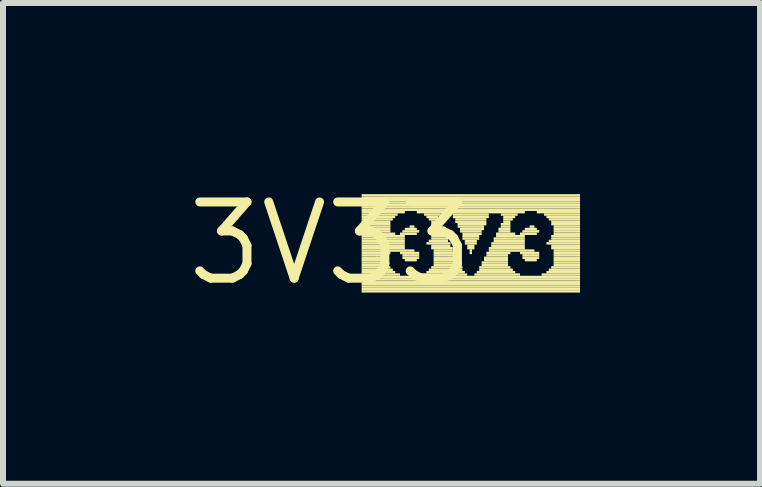
<source format=kicad_pcb>
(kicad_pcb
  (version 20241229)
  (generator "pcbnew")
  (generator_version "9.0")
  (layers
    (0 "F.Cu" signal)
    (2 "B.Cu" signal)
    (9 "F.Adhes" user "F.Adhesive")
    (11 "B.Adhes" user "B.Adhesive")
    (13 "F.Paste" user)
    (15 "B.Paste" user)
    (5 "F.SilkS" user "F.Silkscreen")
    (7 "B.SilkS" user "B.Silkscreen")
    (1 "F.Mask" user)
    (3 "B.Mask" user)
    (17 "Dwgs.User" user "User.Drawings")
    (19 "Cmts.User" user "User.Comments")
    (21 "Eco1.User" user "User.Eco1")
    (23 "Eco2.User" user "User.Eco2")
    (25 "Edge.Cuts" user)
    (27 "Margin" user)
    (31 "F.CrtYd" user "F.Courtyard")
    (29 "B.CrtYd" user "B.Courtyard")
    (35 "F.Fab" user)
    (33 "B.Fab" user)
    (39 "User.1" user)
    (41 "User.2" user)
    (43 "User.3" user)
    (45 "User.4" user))
  (footprint "3V33"
    (layer "F.Cu")
    (at 2.457 1.006)
    (property "Reference" "3V33" (at 0 0 0) (layer "F.SilkS") (effects (font (size 1.27 1.27) (thickness 0.15))))
    (fp_poly (pts (xy 0.52 -0.78) (xy 4.16 -0.78) (xy 4.16 -0.82) (xy 0.52 -0.82)) (stroke (width 0) (type default)) (fill yes) (layer "F.SilkS"))
    (fp_poly (pts (xy 0.52 -0.74) (xy 4.16 -0.74) (xy 4.16 -0.78) (xy 0.52 -0.78)) (stroke (width 0) (type default)) (fill yes) (layer "F.SilkS"))
    (fp_poly (pts (xy 0.52 -0.7) (xy 4.16 -0.7) (xy 4.16 -0.74) (xy 0.52 -0.74)) (stroke (width 0) (type default)) (fill yes) (layer "F.SilkS"))
    (fp_poly (pts (xy 0.52 -0.66) (xy 4.16 -0.66) (xy 4.16 -0.7) (xy 0.52 -0.7)) (stroke (width 0) (type default)) (fill yes) (layer "F.SilkS"))
    (fp_poly (pts (xy 0.52 -0.62) (xy 4.16 -0.62) (xy 4.16 -0.66) (xy 0.52 -0.66)) (stroke (width 0) (type default)) (fill yes) (layer "F.SilkS"))
    (fp_poly (pts (xy 0.52 -0.58) (xy 4.16 -0.58) (xy 4.16 -0.62) (xy 0.52 -0.62)) (stroke (width 0) (type default)) (fill yes) (layer "F.SilkS"))
    (fp_poly (pts (xy 0.52 -0.54) (xy 4.16 -0.54) (xy 4.16 -0.58) (xy 0.52 -0.58)) (stroke (width 0) (type default)) (fill yes) (layer "F.SilkS"))
    (fp_poly (pts (xy 0.52 -0.5) (xy 1.24 -0.5) (xy 1.24 -0.54) (xy 0.52 -0.54)) (stroke (width 0) (type default)) (fill yes) (layer "F.SilkS"))
    (fp_poly (pts (xy 0.52 -0.46) (xy 1.12 -0.46) (xy 1.12 -0.5) (xy 0.52 -0.5)) (stroke (width 0) (type default)) (fill yes) (layer "F.SilkS"))
    (fp_poly (pts (xy 0.52 -0.42) (xy 1.08 -0.42) (xy 1.08 -0.46) (xy 0.52 -0.46)) (stroke (width 0) (type default)) (fill yes) (layer "F.SilkS"))
    (fp_poly (pts (xy 0.52 -0.38) (xy 1.04 -0.38) (xy 1.04 -0.42) (xy 0.52 -0.42)) (stroke (width 0) (type default)) (fill yes) (layer "F.SilkS"))
    (fp_poly (pts (xy 0.52 -0.34) (xy 1 -0.34) (xy 1 -0.38) (xy 0.52 -0.38)) (stroke (width 0) (type default)) (fill yes) (layer "F.SilkS"))
    (fp_poly (pts (xy 0.52 -0.3) (xy 1 -0.3) (xy 1 -0.34) (xy 0.52 -0.34)) (stroke (width 0) (type default)) (fill yes) (layer "F.SilkS"))
    (fp_poly (pts (xy 0.52 -0.26) (xy 1 -0.26) (xy 1 -0.3) (xy 0.52 -0.3)) (stroke (width 0) (type default)) (fill yes) (layer "F.SilkS"))
    (fp_poly (pts (xy 0.52 -0.22) (xy 1 -0.22) (xy 1 -0.26) (xy 0.52 -0.26)) (stroke (width 0) (type default)) (fill yes) (layer "F.SilkS"))
    (fp_poly (pts (xy 0.52 -0.18) (xy 1 -0.18) (xy 1 -0.22) (xy 0.52 -0.22)) (stroke (width 0) (type default)) (fill yes) (layer "F.SilkS"))
    (fp_poly (pts (xy 0.52 -0.14) (xy 1.08 -0.14) (xy 1.08 -0.18) (xy 0.52 -0.18)) (stroke (width 0) (type default)) (fill yes) (layer "F.SilkS"))
    (fp_poly (pts (xy 0.52 -0.1) (xy 1.24 -0.1) (xy 1.24 -0.14) (xy 0.52 -0.14)) (stroke (width 0) (type default)) (fill yes) (layer "F.SilkS"))
    (fp_poly (pts (xy 0.52 -0.06) (xy 1.24 -0.06) (xy 1.24 -0.1) (xy 0.52 -0.1)) (stroke (width 0) (type default)) (fill yes) (layer "F.SilkS"))
    (fp_poly (pts (xy 0.52 -0.02) (xy 1.24 -0.02) (xy 1.24 -0.06) (xy 0.52 -0.06)) (stroke (width 0) (type default)) (fill yes) (layer "F.SilkS"))
    (fp_poly (pts (xy 0.52 0.02) (xy 1.24 0.02) (xy 1.24 -0.02) (xy 0.52 -0.02)) (stroke (width 0) (type default)) (fill yes) (layer "F.SilkS"))
    (fp_poly (pts (xy 0.52 0.06) (xy 1.24 0.06) (xy 1.24 0.02) (xy 0.52 0.02)) (stroke (width 0) (type default)) (fill yes) (layer "F.SilkS"))
    (fp_poly (pts (xy 0.52 0.1) (xy 1.24 0.1) (xy 1.24 0.06) (xy 0.52 0.06)) (stroke (width 0) (type default)) (fill yes) (layer "F.SilkS"))
    (fp_poly (pts (xy 0.52 0.14) (xy 1.4 0.14) (xy 1.4 0.1) (xy 0.52 0.1)) (stroke (width 0) (type default)) (fill yes) (layer "F.SilkS"))
    (fp_poly (pts (xy 0.52 0.18) (xy 1 0.18) (xy 1 0.14) (xy 0.52 0.14)) (stroke (width 0) (type default)) (fill yes) (layer "F.SilkS"))
    (fp_poly (pts (xy 0.52 0.22) (xy 0.96 0.22) (xy 0.96 0.18) (xy 0.52 0.18)) (stroke (width 0) (type default)) (fill yes) (layer "F.SilkS"))
    (fp_poly (pts (xy 0.52 0.26) (xy 0.96 0.26) (xy 0.96 0.22) (xy 0.52 0.22)) (stroke (width 0) (type default)) (fill yes) (layer "F.SilkS"))
    (fp_poly (pts (xy 0.52 0.3) (xy 0.96 0.3) (xy 0.96 0.26) (xy 0.52 0.26)) (stroke (width 0) (type default)) (fill yes) (layer "F.SilkS"))
    (fp_poly (pts (xy 0.52 0.34) (xy 0.96 0.34) (xy 0.96 0.3) (xy 0.52 0.3)) (stroke (width 0) (type default)) (fill yes) (layer "F.SilkS"))
    (fp_poly (pts (xy 0.52 0.38) (xy 0.96 0.38) (xy 0.96 0.34) (xy 0.52 0.34)) (stroke (width 0) (type default)) (fill yes) (layer "F.SilkS"))
    (fp_poly (pts (xy 0.52 0.42) (xy 1 0.42) (xy 1 0.38) (xy 0.52 0.38)) (stroke (width 0) (type default)) (fill yes) (layer "F.SilkS"))
    (fp_poly (pts (xy 0.52 0.46) (xy 1.04 0.46) (xy 1.04 0.42) (xy 0.52 0.42)) (stroke (width 0) (type default)) (fill yes) (layer "F.SilkS"))
    (fp_poly (pts (xy 0.52 0.5) (xy 1.08 0.5) (xy 1.08 0.46) (xy 0.52 0.46)) (stroke (width 0) (type default)) (fill yes) (layer "F.SilkS"))
    (fp_poly (pts (xy 0.52 0.54) (xy 1.16 0.54) (xy 1.16 0.5) (xy 0.52 0.5)) (stroke (width 0) (type default)) (fill yes) (layer "F.SilkS"))
    (fp_poly (pts (xy 0.52 0.58) (xy 4.16 0.58) (xy 4.16 0.54) (xy 0.52 0.54)) (stroke (width 0) (type default)) (fill yes) (layer "F.SilkS"))
    (fp_poly (pts (xy 0.52 0.62) (xy 4.16 0.62) (xy 4.16 0.58) (xy 0.52 0.58)) (stroke (width 0) (type default)) (fill yes) (layer "F.SilkS"))
    (fp_poly (pts (xy 0.52 0.66) (xy 4.16 0.66) (xy 4.16 0.62) (xy 0.52 0.62)) (stroke (width 0) (type default)) (fill yes) (layer "F.SilkS"))
    (fp_poly (pts (xy 0.52 0.7) (xy 4.16 0.7) (xy 4.16 0.66) (xy 0.52 0.66)) (stroke (width 0) (type default)) (fill yes) (layer "F.SilkS"))
    (fp_poly (pts (xy 0.52 0.74) (xy 4.16 0.74) (xy 4.16 0.7) (xy 0.52 0.7)) (stroke (width 0) (type default)) (fill yes) (layer "F.SilkS"))
    (fp_poly (pts (xy 0.52 0.78) (xy 4.16 0.78) (xy 4.16 0.74) (xy 0.52 0.74)) (stroke (width 0) (type default)) (fill yes) (layer "F.SilkS"))
    (fp_poly (pts (xy 0.52 0.82) (xy 4.16 0.82) (xy 4.16 0.78) (xy 0.52 0.78)) (stroke (width 0) (type default)) (fill yes) (layer "F.SilkS"))
    (fp_poly (pts (xy 1.16 -0.14) (xy 1.44 -0.14) (xy 1.44 -0.18) (xy 1.16 -0.18)) (stroke (width 0) (type default)) (fill yes) (layer "F.SilkS"))
    (fp_poly (pts (xy 1.16 0.18) (xy 1.48 0.18) (xy 1.48 0.14) (xy 1.16 0.14)) (stroke (width 0) (type default)) (fill yes) (layer "F.SilkS"))
    (fp_poly (pts (xy 1.2 -0.18) (xy 1.48 -0.18) (xy 1.48 -0.22) (xy 1.2 -0.22)) (stroke (width 0) (type default)) (fill yes) (layer "F.SilkS"))
    (fp_poly (pts (xy 1.2 0.22) (xy 1.48 0.22) (xy 1.48 0.18) (xy 1.2 0.18)) (stroke (width 0) (type default)) (fill yes) (layer "F.SilkS"))
    (fp_poly (pts (xy 1.2 0.26) (xy 1.48 0.26) (xy 1.48 0.22) (xy 1.2 0.22)) (stroke (width 0) (type default)) (fill yes) (layer "F.SilkS"))
    (fp_poly (pts (xy 1.24 -0.22) (xy 1.44 -0.22) (xy 1.44 -0.26) (xy 1.24 -0.26)) (stroke (width 0) (type default)) (fill yes) (layer "F.SilkS"))
    (fp_poly (pts (xy 1.24 0.3) (xy 1.44 0.3) (xy 1.44 0.26) (xy 1.24 0.26)) (stroke (width 0) (type default)) (fill yes) (layer "F.SilkS"))
    (fp_poly (pts (xy 1.32 -0.26) (xy 1.4 -0.26) (xy 1.4 -0.3) (xy 1.32 -0.3)) (stroke (width 0) (type default)) (fill yes) (layer "F.SilkS"))
    (fp_poly (pts (xy 1.44 -0.5) (xy 3.24 -0.5) (xy 3.24 -0.54) (xy 1.44 -0.54)) (stroke (width 0) (type default)) (fill yes) (layer "F.SilkS"))
    (fp_poly (pts (xy 1.52 0.54) (xy 2.28 0.54) (xy 2.28 0.5) (xy 1.52 0.5)) (stroke (width 0) (type default)) (fill yes) (layer "F.SilkS"))
    (fp_poly (pts (xy 1.56 -0.46) (xy 1.84 -0.46) (xy 1.84 -0.5) (xy 1.56 -0.5)) (stroke (width 0) (type default)) (fill yes) (layer "F.SilkS"))
    (fp_poly (pts (xy 1.6 -0.42) (xy 1.8 -0.42) (xy 1.8 -0.46) (xy 1.6 -0.46)) (stroke (width 0) (type default)) (fill yes) (layer "F.SilkS"))
    (fp_poly (pts (xy 1.6 0.02) (xy 2 0.02) (xy 2 -0.02) (xy 1.6 -0.02)) (stroke (width 0) (type default)) (fill yes) (layer "F.SilkS"))
    (fp_poly (pts (xy 1.6 0.5) (xy 2.24 0.5) (xy 2.24 0.46) (xy 1.6 0.46)) (stroke (width 0) (type default)) (fill yes) (layer "F.SilkS"))
    (fp_poly (pts (xy 1.64 -0.38) (xy 1.8 -0.38) (xy 1.8 -0.42) (xy 1.64 -0.42)) (stroke (width 0) (type default)) (fill yes) (layer "F.SilkS"))
    (fp_poly (pts (xy 1.64 -0.02) (xy 1.96 -0.02) (xy 1.96 -0.06) (xy 1.64 -0.06)) (stroke (width 0) (type default)) (fill yes) (layer "F.SilkS"))
    (fp_poly (pts (xy 1.64 0.46) (xy 2.2 0.46) (xy 2.2 0.42) (xy 1.64 0.42)) (stroke (width 0) (type default)) (fill yes) (layer "F.SilkS"))
    (fp_poly (pts (xy 1.68 -0.34) (xy 1.8 -0.34) (xy 1.8 -0.38) (xy 1.68 -0.38)) (stroke (width 0) (type default)) (fill yes) (layer "F.SilkS"))
    (fp_poly (pts (xy 1.68 -0.3) (xy 1.84 -0.3) (xy 1.84 -0.34) (xy 1.68 -0.34)) (stroke (width 0) (type default)) (fill yes) (layer "F.SilkS"))
    (fp_poly (pts (xy 1.68 -0.1) (xy 1.92 -0.1) (xy 1.92 -0.14) (xy 1.68 -0.14)) (stroke (width 0) (type default)) (fill yes) (layer "F.SilkS"))
    (fp_poly (pts (xy 1.68 -0.06) (xy 1.96 -0.06) (xy 1.96 -0.1) (xy 1.68 -0.1)) (stroke (width 0) (type default)) (fill yes) (layer "F.SilkS"))
    (fp_poly (pts (xy 1.68 0.06) (xy 2 0.06) (xy 2 0.02) (xy 1.68 0.02)) (stroke (width 0) (type default)) (fill yes) (layer "F.SilkS"))
    (fp_poly (pts (xy 1.68 0.1) (xy 2.04 0.1) (xy 2.04 0.06) (xy 1.68 0.06)) (stroke (width 0) (type default)) (fill yes) (layer "F.SilkS"))
    (fp_poly (pts (xy 1.68 0.42) (xy 2.2 0.42) (xy 2.2 0.38) (xy 1.68 0.38)) (stroke (width 0) (type default)) (fill yes) (layer "F.SilkS"))
    (fp_poly (pts (xy 1.72 -0.26) (xy 1.84 -0.26) (xy 1.84 -0.3) (xy 1.72 -0.3)) (stroke (width 0) (type default)) (fill yes) (layer "F.SilkS"))
    (fp_poly (pts (xy 1.72 -0.22) (xy 1.88 -0.22) (xy 1.88 -0.26) (xy 1.72 -0.26)) (stroke (width 0) (type default)) (fill yes) (layer "F.SilkS"))
    (fp_poly (pts (xy 1.72 -0.18) (xy 1.88 -0.18) (xy 1.88 -0.22) (xy 1.72 -0.22)) (stroke (width 0) (type default)) (fill yes) (layer "F.SilkS"))
    (fp_poly (pts (xy 1.72 -0.14) (xy 1.92 -0.14) (xy 1.92 -0.18) (xy 1.72 -0.18)) (stroke (width 0) (type default)) (fill yes) (layer "F.SilkS"))
    (fp_poly (pts (xy 1.72 0.14) (xy 2.04 0.14) (xy 2.04 0.1) (xy 1.72 0.1)) (stroke (width 0) (type default)) (fill yes) (layer "F.SilkS"))
    (fp_poly (pts (xy 1.72 0.18) (xy 2.08 0.18) (xy 2.08 0.14) (xy 1.72 0.14)) (stroke (width 0) (type default)) (fill yes) (layer "F.SilkS"))
    (fp_poly (pts (xy 1.72 0.22) (xy 2.08 0.22) (xy 2.08 0.18) (xy 1.72 0.18)) (stroke (width 0) (type default)) (fill yes) (layer "F.SilkS"))
    (fp_poly (pts (xy 1.72 0.26) (xy 2.12 0.26) (xy 2.12 0.22) (xy 1.72 0.22)) (stroke (width 0) (type default)) (fill yes) (layer "F.SilkS"))
    (fp_poly (pts (xy 1.72 0.3) (xy 2.12 0.3) (xy 2.12 0.26) (xy 1.72 0.26)) (stroke (width 0) (type default)) (fill yes) (layer "F.SilkS"))
    (fp_poly (pts (xy 1.72 0.34) (xy 2.16 0.34) (xy 2.16 0.3) (xy 1.72 0.3)) (stroke (width 0) (type default)) (fill yes) (layer "F.SilkS"))
    (fp_poly (pts (xy 1.72 0.38) (xy 2.16 0.38) (xy 2.16 0.34) (xy 1.72 0.34)) (stroke (width 0) (type default)) (fill yes) (layer "F.SilkS"))
    (fp_poly (pts (xy 2.04 -0.46) (xy 2.64 -0.46) (xy 2.64 -0.5) (xy 2.04 -0.5)) (stroke (width 0) (type default)) (fill yes) (layer "F.SilkS"))
    (fp_poly (pts (xy 2.04 -0.42) (xy 2.64 -0.42) (xy 2.64 -0.46) (xy 2.04 -0.46)) (stroke (width 0) (type default)) (fill yes) (layer "F.SilkS"))
    (fp_poly (pts (xy 2.08 -0.38) (xy 2.6 -0.38) (xy 2.6 -0.42) (xy 2.08 -0.42)) (stroke (width 0) (type default)) (fill yes) (layer "F.SilkS"))
    (fp_poly (pts (xy 2.08 -0.34) (xy 2.6 -0.34) (xy 2.6 -0.38) (xy 2.08 -0.38)) (stroke (width 0) (type default)) (fill yes) (layer "F.SilkS"))
    (fp_poly (pts (xy 2.12 -0.3) (xy 2.6 -0.3) (xy 2.6 -0.34) (xy 2.12 -0.34)) (stroke (width 0) (type default)) (fill yes) (layer "F.SilkS"))
    (fp_poly (pts (xy 2.12 -0.26) (xy 2.56 -0.26) (xy 2.56 -0.3) (xy 2.12 -0.3)) (stroke (width 0) (type default)) (fill yes) (layer "F.SilkS"))
    (fp_poly (pts (xy 2.16 -0.22) (xy 2.56 -0.22) (xy 2.56 -0.26) (xy 2.16 -0.26)) (stroke (width 0) (type default)) (fill yes) (layer "F.SilkS"))
    (fp_poly (pts (xy 2.16 -0.18) (xy 2.52 -0.18) (xy 2.52 -0.22) (xy 2.16 -0.22)) (stroke (width 0) (type default)) (fill yes) (layer "F.SilkS"))
    (fp_poly (pts (xy 2.2 -0.14) (xy 2.52 -0.14) (xy 2.52 -0.18) (xy 2.2 -0.18)) (stroke (width 0) (type default)) (fill yes) (layer "F.SilkS"))
    (fp_poly (pts (xy 2.2 -0.1) (xy 2.48 -0.1) (xy 2.48 -0.14) (xy 2.2 -0.14)) (stroke (width 0) (type default)) (fill yes) (layer "F.SilkS"))
    (fp_poly (pts (xy 2.2 -0.06) (xy 2.48 -0.06) (xy 2.48 -0.1) (xy 2.2 -0.1)) (stroke (width 0) (type default)) (fill yes) (layer "F.SilkS"))
    (fp_poly (pts (xy 2.24 -0.02) (xy 2.44 -0.02) (xy 2.44 -0.06) (xy 2.24 -0.06)) (stroke (width 0) (type default)) (fill yes) (layer "F.SilkS"))
    (fp_poly (pts (xy 2.24 0.02) (xy 2.44 0.02) (xy 2.44 -0.02) (xy 2.24 -0.02)) (stroke (width 0) (type default)) (fill yes) (layer "F.SilkS"))
    (fp_poly (pts (xy 2.28 0.06) (xy 2.4 0.06) (xy 2.4 0.02) (xy 2.28 0.02)) (stroke (width 0) (type default)) (fill yes) (layer "F.SilkS"))
    (fp_poly (pts (xy 2.28 0.1) (xy 2.4 0.1) (xy 2.4 0.06) (xy 2.28 0.06)) (stroke (width 0) (type default)) (fill yes) (layer "F.SilkS"))
    (fp_poly (pts (xy 2.32 0.14) (xy 2.36 0.14) (xy 2.36 0.1) (xy 2.32 0.1)) (stroke (width 0) (type default)) (fill yes) (layer "F.SilkS"))
    (fp_poly (pts (xy 2.32 0.18) (xy 2.36 0.18) (xy 2.36 0.14) (xy 2.32 0.14)) (stroke (width 0) (type default)) (fill yes) (layer "F.SilkS"))
    (fp_poly (pts (xy 2.4 0.54) (xy 3.16 0.54) (xy 3.16 0.5) (xy 2.4 0.5)) (stroke (width 0) (type default)) (fill yes) (layer "F.SilkS"))
    (fp_poly (pts (xy 2.44 0.5) (xy 3.08 0.5) (xy 3.08 0.46) (xy 2.44 0.46)) (stroke (width 0) (type default)) (fill yes) (layer "F.SilkS"))
    (fp_poly (pts (xy 2.48 0.42) (xy 3 0.42) (xy 3 0.38) (xy 2.48 0.38)) (stroke (width 0) (type default)) (fill yes) (layer "F.SilkS"))
    (fp_poly (pts (xy 2.48 0.46) (xy 3.04 0.46) (xy 3.04 0.42) (xy 2.48 0.42)) (stroke (width 0) (type default)) (fill yes) (layer "F.SilkS"))
    (fp_poly (pts (xy 2.52 0.34) (xy 2.96 0.34) (xy 2.96 0.3) (xy 2.52 0.3)) (stroke (width 0) (type default)) (fill yes) (layer "F.SilkS"))
    (fp_poly (pts (xy 2.52 0.38) (xy 2.96 0.38) (xy 2.96 0.34) (xy 2.52 0.34)) (stroke (width 0) (type default)) (fill yes) (layer "F.SilkS"))
    (fp_poly (pts (xy 2.56 0.26) (xy 2.96 0.26) (xy 2.96 0.22) (xy 2.56 0.22)) (stroke (width 0) (type default)) (fill yes) (layer "F.SilkS"))
    (fp_poly (pts (xy 2.56 0.3) (xy 2.96 0.3) (xy 2.96 0.26) (xy 2.56 0.26)) (stroke (width 0) (type default)) (fill yes) (layer "F.SilkS"))
    (fp_poly (pts (xy 2.6 0.18) (xy 3 0.18) (xy 3 0.14) (xy 2.6 0.14)) (stroke (width 0) (type default)) (fill yes) (layer "F.SilkS"))
    (fp_poly (pts (xy 2.6 0.22) (xy 2.96 0.22) (xy 2.96 0.18) (xy 2.6 0.18)) (stroke (width 0) (type default)) (fill yes) (layer "F.SilkS"))
    (fp_poly (pts (xy 2.64 0.1) (xy 3.24 0.1) (xy 3.24 0.06) (xy 2.64 0.06)) (stroke (width 0) (type default)) (fill yes) (layer "F.SilkS"))
    (fp_poly (pts (xy 2.64 0.14) (xy 3.4 0.14) (xy 3.4 0.1) (xy 2.64 0.1)) (stroke (width 0) (type default)) (fill yes) (layer "F.SilkS"))
    (fp_poly (pts (xy 2.68 0.02) (xy 3.24 0.02) (xy 3.24 -0.02) (xy 2.68 -0.02)) (stroke (width 0) (type default)) (fill yes) (layer "F.SilkS"))
    (fp_poly (pts (xy 2.68 0.06) (xy 3.24 0.06) (xy 3.24 0.02) (xy 2.68 0.02)) (stroke (width 0) (type default)) (fill yes) (layer "F.SilkS"))
    (fp_poly (pts (xy 2.72 -0.06) (xy 3.24 -0.06) (xy 3.24 -0.1) (xy 2.72 -0.1)) (stroke (width 0) (type default)) (fill yes) (layer "F.SilkS"))
    (fp_poly (pts (xy 2.72 -0.02) (xy 3.24 -0.02) (xy 3.24 -0.06) (xy 2.72 -0.06)) (stroke (width 0) (type default)) (fill yes) (layer "F.SilkS"))
    (fp_poly (pts (xy 2.76 -0.14) (xy 3.08 -0.14) (xy 3.08 -0.18) (xy 2.76 -0.18)) (stroke (width 0) (type default)) (fill yes) (layer "F.SilkS"))
    (fp_poly (pts (xy 2.76 -0.1) (xy 3.24 -0.1) (xy 3.24 -0.14) (xy 2.76 -0.14)) (stroke (width 0) (type default)) (fill yes) (layer "F.SilkS"))
    (fp_poly (pts (xy 2.8 -0.22) (xy 3 -0.22) (xy 3 -0.26) (xy 2.8 -0.26)) (stroke (width 0) (type default)) (fill yes) (layer "F.SilkS"))
    (fp_poly (pts (xy 2.8 -0.18) (xy 3 -0.18) (xy 3 -0.22) (xy 2.8 -0.22)) (stroke (width 0) (type default)) (fill yes) (layer "F.SilkS"))
    (fp_poly (pts (xy 2.84 -0.46) (xy 3.12 -0.46) (xy 3.12 -0.5) (xy 2.84 -0.5)) (stroke (width 0) (type default)) (fill yes) (layer "F.SilkS"))
    (fp_poly (pts (xy 2.84 -0.3) (xy 3 -0.3) (xy 3 -0.34) (xy 2.84 -0.34)) (stroke (width 0) (type default)) (fill yes) (layer "F.SilkS"))
    (fp_poly (pts (xy 2.84 -0.26) (xy 3 -0.26) (xy 3 -0.3) (xy 2.84 -0.3)) (stroke (width 0) (type default)) (fill yes) (layer "F.SilkS"))
    (fp_poly (pts (xy 2.88 -0.42) (xy 3.08 -0.42) (xy 3.08 -0.46) (xy 2.88 -0.46)) (stroke (width 0) (type default)) (fill yes) (layer "F.SilkS"))
    (fp_poly (pts (xy 2.88 -0.38) (xy 3.04 -0.38) (xy 3.04 -0.42) (xy 2.88 -0.42)) (stroke (width 0) (type default)) (fill yes) (layer "F.SilkS"))
    (fp_poly (pts (xy 2.88 -0.34) (xy 3 -0.34) (xy 3 -0.38) (xy 2.88 -0.38)) (stroke (width 0) (type default)) (fill yes) (layer "F.SilkS"))
    (fp_poly (pts (xy 3.16 -0.14) (xy 3.44 -0.14) (xy 3.44 -0.18) (xy 3.16 -0.18)) (stroke (width 0) (type default)) (fill yes) (layer "F.SilkS"))
    (fp_poly (pts (xy 3.16 0.18) (xy 3.48 0.18) (xy 3.48 0.14) (xy 3.16 0.14)) (stroke (width 0) (type default)) (fill yes) (layer "F.SilkS"))
    (fp_poly (pts (xy 3.2 -0.18) (xy 3.48 -0.18) (xy 3.48 -0.22) (xy 3.2 -0.22)) (stroke (width 0) (type default)) (fill yes) (layer "F.SilkS"))
    (fp_poly (pts (xy 3.2 0.22) (xy 3.48 0.22) (xy 3.48 0.18) (xy 3.2 0.18)) (stroke (width 0) (type default)) (fill yes) (layer "F.SilkS"))
    (fp_poly (pts (xy 3.2 0.26) (xy 3.48 0.26) (xy 3.48 0.22) (xy 3.2 0.22)) (stroke (width 0) (type default)) (fill yes) (layer "F.SilkS"))
    (fp_poly (pts (xy 3.24 -0.22) (xy 3.44 -0.22) (xy 3.44 -0.26) (xy 3.24 -0.26)) (stroke (width 0) (type default)) (fill yes) (layer "F.SilkS"))
    (fp_poly (pts (xy 3.24 0.3) (xy 3.44 0.3) (xy 3.44 0.26) (xy 3.24 0.26)) (stroke (width 0) (type default)) (fill yes) (layer "F.SilkS"))
    (fp_poly (pts (xy 3.32 -0.26) (xy 3.4 -0.26) (xy 3.4 -0.3) (xy 3.32 -0.3)) (stroke (width 0) (type default)) (fill yes) (layer "F.SilkS"))
    (fp_poly (pts (xy 3.44 -0.5) (xy 4.16 -0.5) (xy 4.16 -0.54) (xy 3.44 -0.54)) (stroke (width 0) (type default)) (fill yes) (layer "F.SilkS"))
    (fp_poly (pts (xy 3.52 0.54) (xy 4.16 0.54) (xy 4.16 0.5) (xy 3.52 0.5)) (stroke (width 0) (type default)) (fill yes) (layer "F.SilkS"))
    (fp_poly (pts (xy 3.56 -0.46) (xy 4.16 -0.46) (xy 4.16 -0.5) (xy 3.56 -0.5)) (stroke (width 0) (type default)) (fill yes) (layer "F.SilkS"))
    (fp_poly (pts (xy 3.6 -0.42) (xy 4.16 -0.42) (xy 4.16 -0.46) (xy 3.6 -0.46)) (stroke (width 0) (type default)) (fill yes) (layer "F.SilkS"))
    (fp_poly (pts (xy 3.6 0.02) (xy 4.16 0.02) (xy 4.16 -0.02) (xy 3.6 -0.02)) (stroke (width 0) (type default)) (fill yes) (layer "F.SilkS"))
    (fp_poly (pts (xy 3.6 0.5) (xy 4.16 0.5) (xy 4.16 0.46) (xy 3.6 0.46)) (stroke (width 0) (type default)) (fill yes) (layer "F.SilkS"))
    (fp_poly (pts (xy 3.64 -0.38) (xy 4.16 -0.38) (xy 4.16 -0.42) (xy 3.64 -0.42)) (stroke (width 0) (type default)) (fill yes) (layer "F.SilkS"))
    (fp_poly (pts (xy 3.64 -0.02) (xy 4.16 -0.02) (xy 4.16 -0.06) (xy 3.64 -0.06)) (stroke (width 0) (type default)) (fill yes) (layer "F.SilkS"))
    (fp_poly (pts (xy 3.64 0.46) (xy 4.16 0.46) (xy 4.16 0.42) (xy 3.64 0.42)) (stroke (width 0) (type default)) (fill yes) (layer "F.SilkS"))
    (fp_poly (pts (xy 3.68 -0.34) (xy 4.16 -0.34) (xy 4.16 -0.38) (xy 3.68 -0.38)) (stroke (width 0) (type default)) (fill yes) (layer "F.SilkS"))
    (fp_poly (pts (xy 3.68 -0.3) (xy 4.16 -0.3) (xy 4.16 -0.34) (xy 3.68 -0.34)) (stroke (width 0) (type default)) (fill yes) (layer "F.SilkS"))
    (fp_poly (pts (xy 3.68 -0.1) (xy 4.16 -0.1) (xy 4.16 -0.14) (xy 3.68 -0.14)) (stroke (width 0) (type default)) (fill yes) (layer "F.SilkS"))
    (fp_poly (pts (xy 3.68 -0.06) (xy 4.16 -0.06) (xy 4.16 -0.1) (xy 3.68 -0.1)) (stroke (width 0) (type default)) (fill yes) (layer "F.SilkS"))
    (fp_poly (pts (xy 3.68 0.06) (xy 4.16 0.06) (xy 4.16 0.02) (xy 3.68 0.02)) (stroke (width 0) (type default)) (fill yes) (layer "F.SilkS"))
    (fp_poly (pts (xy 3.68 0.1) (xy 4.16 0.1) (xy 4.16 0.06) (xy 3.68 0.06)) (stroke (width 0) (type default)) (fill yes) (layer "F.SilkS"))
    (fp_poly (pts (xy 3.68 0.42) (xy 4.16 0.42) (xy 4.16 0.38) (xy 3.68 0.38)) (stroke (width 0) (type default)) (fill yes) (layer "F.SilkS"))
    (fp_poly (pts (xy 3.72 -0.26) (xy 4.16 -0.26) (xy 4.16 -0.3) (xy 3.72 -0.3)) (stroke (width 0) (type default)) (fill yes) (layer "F.SilkS"))
    (fp_poly (pts (xy 3.72 -0.22) (xy 4.16 -0.22) (xy 4.16 -0.26) (xy 3.72 -0.26)) (stroke (width 0) (type default)) (fill yes) (layer "F.SilkS"))
    (fp_poly (pts (xy 3.72 -0.18) (xy 4.16 -0.18) (xy 4.16 -0.22) (xy 3.72 -0.22)) (stroke (width 0) (type default)) (fill yes) (layer "F.SilkS"))
    (fp_poly (pts (xy 3.72 -0.14) (xy 4.16 -0.14) (xy 4.16 -0.18) (xy 3.72 -0.18)) (stroke (width 0) (type default)) (fill yes) (layer "F.SilkS"))
    (fp_poly (pts (xy 3.72 0.14) (xy 4.16 0.14) (xy 4.16 0.1) (xy 3.72 0.1)) (stroke (width 0) (type default)) (fill yes) (layer "F.SilkS"))
    (fp_poly (pts (xy 3.72 0.18) (xy 4.16 0.18) (xy 4.16 0.14) (xy 3.72 0.14)) (stroke (width 0) (type default)) (fill yes) (layer "F.SilkS"))
    (fp_poly (pts (xy 3.72 0.22) (xy 4.16 0.22) (xy 4.16 0.18) (xy 3.72 0.18)) (stroke (width 0) (type default)) (fill yes) (layer "F.SilkS"))
    (fp_poly (pts (xy 3.72 0.26) (xy 4.16 0.26) (xy 4.16 0.22) (xy 3.72 0.22)) (stroke (width 0) (type default)) (fill yes) (layer "F.SilkS"))
    (fp_poly (pts (xy 3.72 0.3) (xy 4.16 0.3) (xy 4.16 0.26) (xy 3.72 0.26)) (stroke (width 0) (type default)) (fill yes) (layer "F.SilkS"))
    (fp_poly (pts (xy 3.72 0.34) (xy 4.16 0.34) (xy 4.16 0.3) (xy 3.72 0.3)) (stroke (width 0) (type default)) (fill yes) (layer "F.SilkS"))
    (fp_poly (pts (xy 3.72 0.38) (xy 4.16 0.38) (xy 4.16 0.34) (xy 3.72 0.34)) (stroke (width 0) (type default)) (fill yes) (layer "F.SilkS")))
  (gr_rect
    (start -3 -3)
    (end 9.617 5.012)
    (stroke (width 0.1) (type default))
    (fill no)
    (layer "Edge.Cuts")))
</source>
